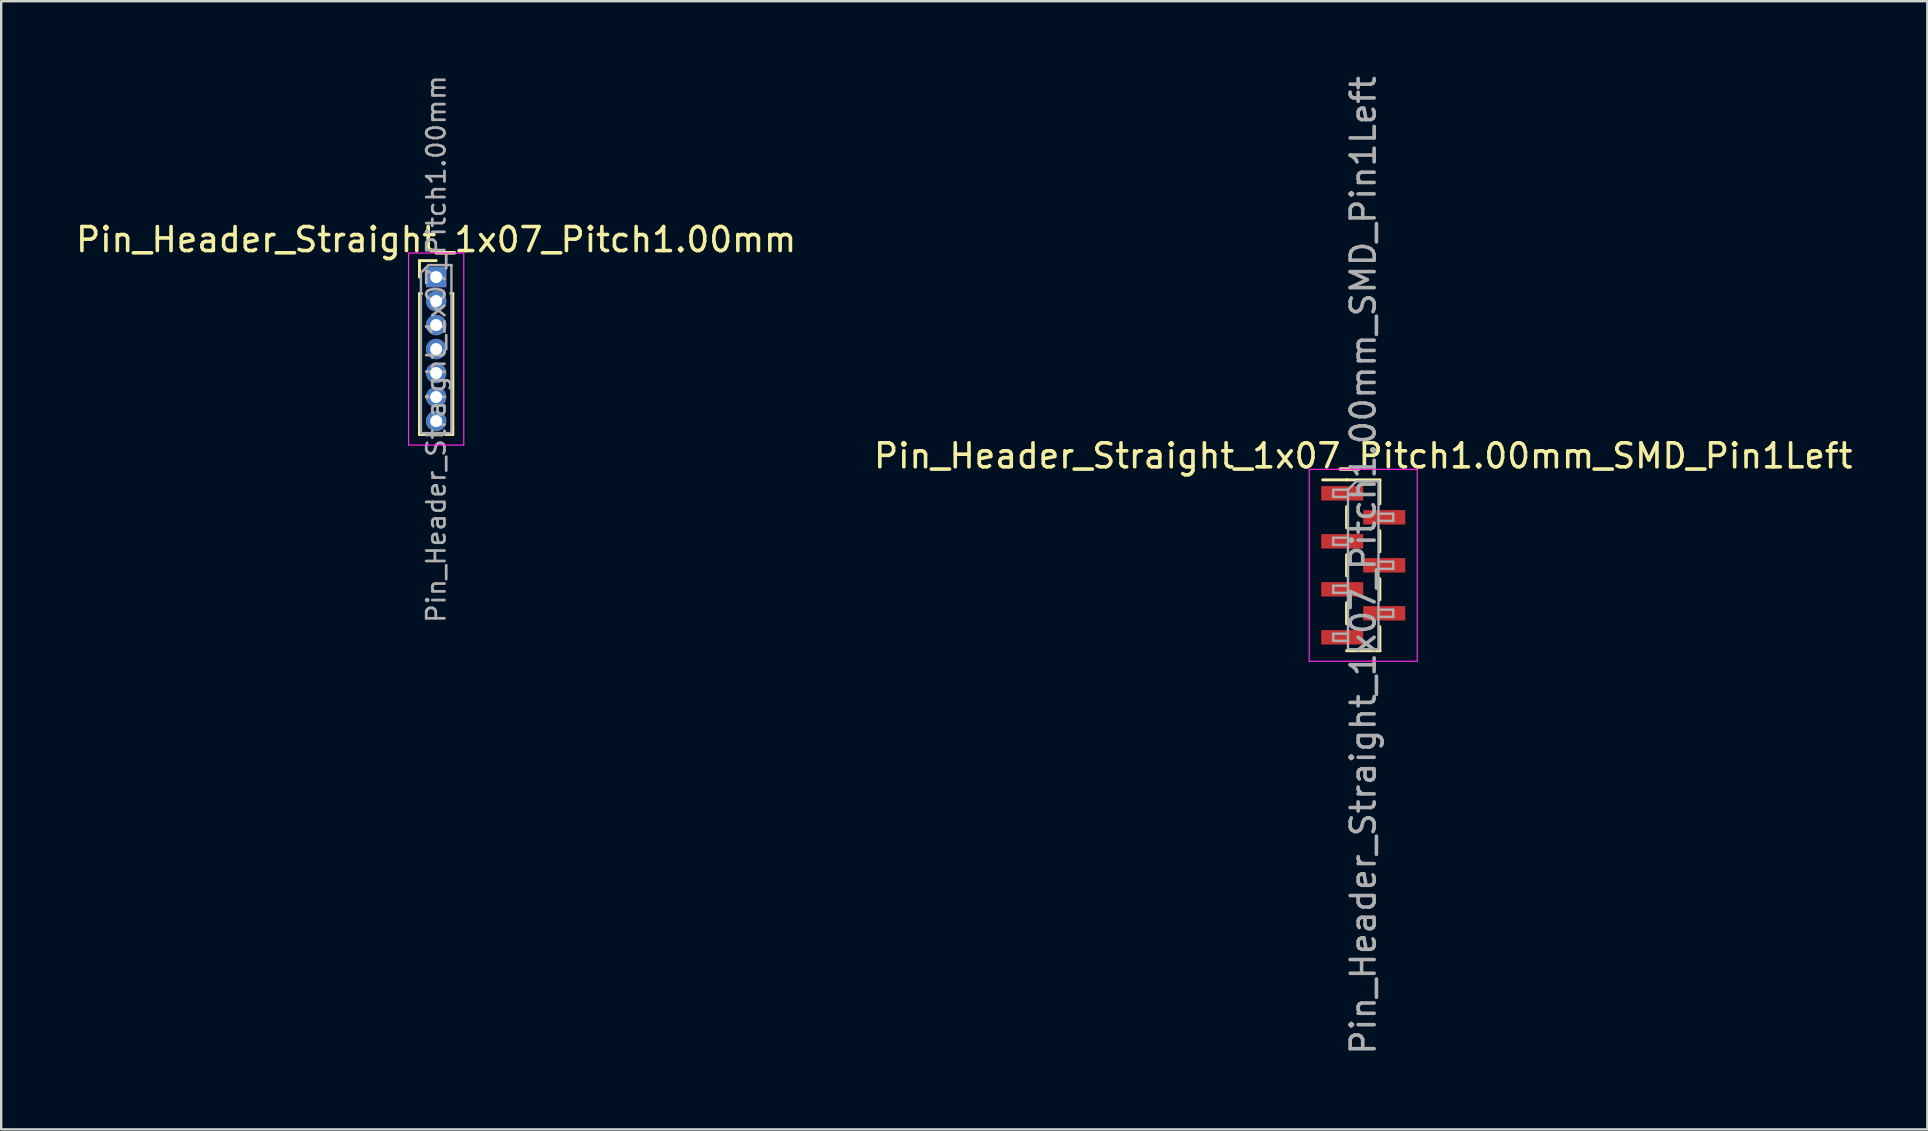
<source format=kicad_pcb>
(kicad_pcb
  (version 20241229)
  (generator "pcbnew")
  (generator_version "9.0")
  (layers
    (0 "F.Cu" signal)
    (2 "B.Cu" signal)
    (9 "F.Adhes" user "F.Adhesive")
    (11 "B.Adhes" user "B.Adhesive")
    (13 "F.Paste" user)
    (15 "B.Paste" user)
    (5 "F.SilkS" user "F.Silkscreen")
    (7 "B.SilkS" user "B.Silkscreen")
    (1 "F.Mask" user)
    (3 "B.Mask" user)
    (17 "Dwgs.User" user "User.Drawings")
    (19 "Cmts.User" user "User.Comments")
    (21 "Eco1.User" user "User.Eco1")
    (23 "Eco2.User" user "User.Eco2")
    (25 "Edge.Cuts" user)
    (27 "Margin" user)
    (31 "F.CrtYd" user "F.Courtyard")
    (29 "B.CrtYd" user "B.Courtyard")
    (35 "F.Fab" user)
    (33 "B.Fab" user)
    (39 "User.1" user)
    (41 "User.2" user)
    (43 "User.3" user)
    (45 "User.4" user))
  (footprint "Pin_Header_Straight_1x07_Pitch1.00mm_SMD_Pin1Left"
    (layer "F.Cu")
    (at 53.756 20.506)
    (property "Reference" "Pin_Header_Straight_1x07_Pitch1.00mm_SMD_Pin1Left" (at 0 -4.56 0) (layer "F.SilkS") (effects (font (size 1 1) (thickness 0.15))))
    (attr smd)
    (fp_line (start -0.695 -3.56) (end -1.69 -3.56) (stroke (width 0.12) (type solid)) (layer "F.SilkS"))
    (fp_line (start -0.695 -3.56) (end -0.695 -3.56) (stroke (width 0.12) (type solid)) (layer "F.SilkS"))
    (fp_line (start -0.695 -3.56) (end 0.695 -3.56) (stroke (width 0.12) (type solid)) (layer "F.SilkS"))
    (fp_line (start -0.695 -2.44) (end -0.695 -1.56) (stroke (width 0.12) (type solid)) (layer "F.SilkS"))
    (fp_line (start -0.695 -0.44) (end -0.695 0.44) (stroke (width 0.12) (type solid)) (layer "F.SilkS"))
    (fp_line (start -0.695 1.56) (end -0.695 2.44) (stroke (width 0.12) (type solid)) (layer "F.SilkS"))
    (fp_line (start -0.695 3.56) (end 0.695 3.56) (stroke (width 0.12) (type solid)) (layer "F.SilkS"))
    (fp_line (start 0.695 -3.56) (end 0.695 -2.56) (stroke (width 0.12) (type solid)) (layer "F.SilkS"))
    (fp_line (start 0.695 -1.44) (end 0.695 -0.56) (stroke (width 0.12) (type solid)) (layer "F.SilkS"))
    (fp_line (start 0.695 0.56) (end 0.695 1.44) (stroke (width 0.12) (type solid)) (layer "F.SilkS"))
    (fp_line (start 0.695 2.56) (end 0.695 3.56) (stroke (width 0.12) (type solid)) (layer "F.SilkS"))
    (fp_line (start 0.695 3.56) (end 0.695 3.56) (stroke (width 0.12) (type solid)) (layer "F.SilkS"))
    (fp_line (start -2.25 -4) (end -2.25 4) (stroke (width 0.05) (type solid)) (layer "F.CrtYd"))
    (fp_line (start -2.25 4) (end 2.25 4) (stroke (width 0.05) (type solid)) (layer "F.CrtYd"))
    (fp_line (start 2.25 -4) (end -2.25 -4) (stroke (width 0.05) (type solid)) (layer "F.CrtYd"))
    (fp_line (start 2.25 4) (end 2.25 -4) (stroke (width 0.05) (type solid)) (layer "F.CrtYd"))
    (fp_line (start -1.25 -3.15) (end -1.25 -2.85) (stroke (width 0.1) (type solid)) (layer "F.Fab"))
    (fp_line (start -1.25 -2.85) (end -0.635 -2.85) (stroke (width 0.1) (type solid)) (layer "F.Fab"))
    (fp_line (start -1.25 -1.15) (end -1.25 -0.85) (stroke (width 0.1) (type solid)) (layer "F.Fab"))
    (fp_line (start -1.25 -0.85) (end -0.635 -0.85) (stroke (width 0.1) (type solid)) (layer "F.Fab"))
    (fp_line (start -1.25 0.85) (end -1.25 1.15) (stroke (width 0.1) (type solid)) (layer "F.Fab"))
    (fp_line (start -1.25 1.15) (end -0.635 1.15) (stroke (width 0.1) (type solid)) (layer "F.Fab"))
    (fp_line (start -1.25 2.85) (end -1.25 3.15) (stroke (width 0.1) (type solid)) (layer "F.Fab"))
    (fp_line (start -1.25 3.15) (end -0.635 3.15) (stroke (width 0.1) (type solid)) (layer "F.Fab"))
    (fp_line (start -0.635 -3.15) (end -1.25 -3.15) (stroke (width 0.1) (type solid)) (layer "F.Fab"))
    (fp_line (start -0.635 -3.15) (end -0.285 -3.5) (stroke (width 0.1) (type solid)) (layer "F.Fab"))
    (fp_line (start -0.635 -1.15) (end -1.25 -1.15) (stroke (width 0.1) (type solid)) (layer "F.Fab"))
    (fp_line (start -0.635 0.85) (end -1.25 0.85) (stroke (width 0.1) (type solid)) (layer "F.Fab"))
    (fp_line (start -0.635 2.85) (end -1.25 2.85) (stroke (width 0.1) (type solid)) (layer "F.Fab"))
    (fp_line (start -0.635 3.5) (end -0.635 -3.15) (stroke (width 0.1) (type solid)) (layer "F.Fab"))
    (fp_line (start -0.285 -3.5) (end 0.635 -3.5) (stroke (width 0.1) (type solid)) (layer "F.Fab"))
    (fp_line (start 0.635 -3.5) (end 0.635 3.5) (stroke (width 0.1) (type solid)) (layer "F.Fab"))
    (fp_line (start 0.635 -2.15) (end 1.25 -2.15) (stroke (width 0.1) (type solid)) (layer "F.Fab"))
    (fp_line (start 0.635 -0.15) (end 1.25 -0.15) (stroke (width 0.1) (type solid)) (layer "F.Fab"))
    (fp_line (start 0.635 1.85) (end 1.25 1.85) (stroke (width 0.1) (type solid)) (layer "F.Fab"))
    (fp_line (start 0.635 3.5) (end -0.635 3.5) (stroke (width 0.1) (type solid)) (layer "F.Fab"))
    (fp_line (start 1.25 -2.15) (end 1.25 -1.85) (stroke (width 0.1) (type solid)) (layer "F.Fab"))
    (fp_line (start 1.25 -1.85) (end 0.635 -1.85) (stroke (width 0.1) (type solid)) (layer "F.Fab"))
    (fp_line (start 1.25 -0.15) (end 1.25 0.15) (stroke (width 0.1) (type solid)) (layer "F.Fab"))
    (fp_line (start 1.25 0.15) (end 0.635 0.15) (stroke (width 0.1) (type solid)) (layer "F.Fab"))
    (fp_line (start 1.25 1.85) (end 1.25 2.15) (stroke (width 0.1) (type solid)) (layer "F.Fab"))
    (fp_line (start 1.25 2.15) (end 0.635 2.15) (stroke (width 0.1) (type solid)) (layer "F.Fab"))
    (fp_text user "${REFERENCE}" (at 0 0 90) (layer "F.Fab") (effects (font (size 1 1) (thickness 0.15))))
    (pad "1" smd rect (at -0.875 -3) (size 1.75 0.6) (layers "F.Cu" "F.Mask" "F.Paste"))
    (pad "2" smd rect (at 0.875 -2) (size 1.75 0.6) (layers "F.Cu" "F.Mask" "F.Paste"))
    (pad "3" smd rect (at -0.875 -1) (size 1.75 0.6) (layers "F.Cu" "F.Mask" "F.Paste"))
    (pad "4" smd rect (at 0.875 0) (size 1.75 0.6) (layers "F.Cu" "F.Mask" "F.Paste"))
    (pad "5" smd rect (at -0.875 1) (size 1.75 0.6) (layers "F.Cu" "F.Mask" "F.Paste"))
    (pad "6" smd rect (at 0.875 2) (size 1.75 0.6) (layers "F.Cu" "F.Mask" "F.Paste"))
    (pad "7" smd rect (at -0.875 3) (size 1.75 0.6) (layers "F.Cu" "F.Mask" "F.Paste")))
  (footprint "Pin_Header_Straight_1x07_Pitch1.00mm"
    (layer "F.Cu")
    (at 15.125 8.495)
    (property "Reference" "Pin_Header_Straight_1x07_Pitch1.00mm" (at 0 -1.56 0) (layer "F.SilkS") (effects (font (size 1 1) (thickness 0.15))))
    (attr through_hole)
    (fp_line (start -0.695 -0.685) (end 0 -0.685) (stroke (width 0.12) (type solid)) (layer "F.SilkS"))
    (fp_line (start -0.695 0) (end -0.695 -0.685) (stroke (width 0.12) (type solid)) (layer "F.SilkS"))
    (fp_line (start -0.695 0.685) (end -0.695 6.56) (stroke (width 0.12) (type solid)) (layer "F.SilkS"))
    (fp_line (start -0.695 0.685) (end -0.608 0.685) (stroke (width 0.12) (type solid)) (layer "F.SilkS"))
    (fp_line (start -0.695 6.56) (end -0.394 6.56) (stroke (width 0.12) (type solid)) (layer "F.SilkS"))
    (fp_line (start 0.394 6.56) (end 0.695 6.56) (stroke (width 0.12) (type solid)) (layer "F.SilkS"))
    (fp_line (start 0.608 0.685) (end 0.695 0.685) (stroke (width 0.12) (type solid)) (layer "F.SilkS"))
    (fp_line (start 0.695 0.685) (end 0.695 6.56) (stroke (width 0.12) (type solid)) (layer "F.SilkS"))
    (fp_line (start -1.15 -1) (end -1.15 7) (stroke (width 0.05) (type solid)) (layer "F.CrtYd"))
    (fp_line (start -1.15 7) (end 1.15 7) (stroke (width 0.05) (type solid)) (layer "F.CrtYd"))
    (fp_line (start 1.15 -1) (end -1.15 -1) (stroke (width 0.05) (type solid)) (layer "F.CrtYd"))
    (fp_line (start 1.15 7) (end 1.15 -1) (stroke (width 0.05) (type solid)) (layer "F.CrtYd"))
    (fp_line (start -0.635 -0.182) (end -0.318 -0.5) (stroke (width 0.1) (type solid)) (layer "F.Fab"))
    (fp_line (start -0.635 6.5) (end -0.635 -0.182) (stroke (width 0.1) (type solid)) (layer "F.Fab"))
    (fp_line (start -0.318 -0.5) (end 0.635 -0.5) (stroke (width 0.1) (type solid)) (layer "F.Fab"))
    (fp_line (start 0.635 -0.5) (end 0.635 6.5) (stroke (width 0.1) (type solid)) (layer "F.Fab"))
    (fp_line (start 0.635 6.5) (end -0.635 6.5) (stroke (width 0.1) (type solid)) (layer "F.Fab"))
    (fp_text user "${REFERENCE}" (at 0 3 90) (layer "F.Fab") (effects (font (size 0.76 0.76) (thickness 0.114))))
    (pad "1" thru_hole rect (at 0 0) (size 0.85 0.85) (drill 0.5) (layers "*.Cu" "*.Mask"))
    (pad "2" thru_hole oval (at 0 1) (size 0.85 0.85) (drill 0.5) (layers "*.Cu" "*.Mask"))
    (pad "3" thru_hole oval (at 0 2) (size 0.85 0.85) (drill 0.5) (layers "*.Cu" "*.Mask"))
    (pad "4" thru_hole oval (at 0 3) (size 0.85 0.85) (drill 0.5) (layers "*.Cu" "*.Mask"))
    (pad "5" thru_hole oval (at 0 4) (size 0.85 0.85) (drill 0.5) (layers "*.Cu" "*.Mask"))
    (pad "6" thru_hole oval (at 0 5) (size 0.85 0.85) (drill 0.5) (layers "*.Cu" "*.Mask"))
    (pad "7" thru_hole oval (at 0 6) (size 0.85 0.85) (drill 0.5) (layers "*.Cu" "*.Mask")))
  (gr_rect
    (start -3 -3)
    (end 77.262 44.012)
    (stroke (width 0.1) (type default))
    (fill no)
    (layer "Edge.Cuts")))
</source>
